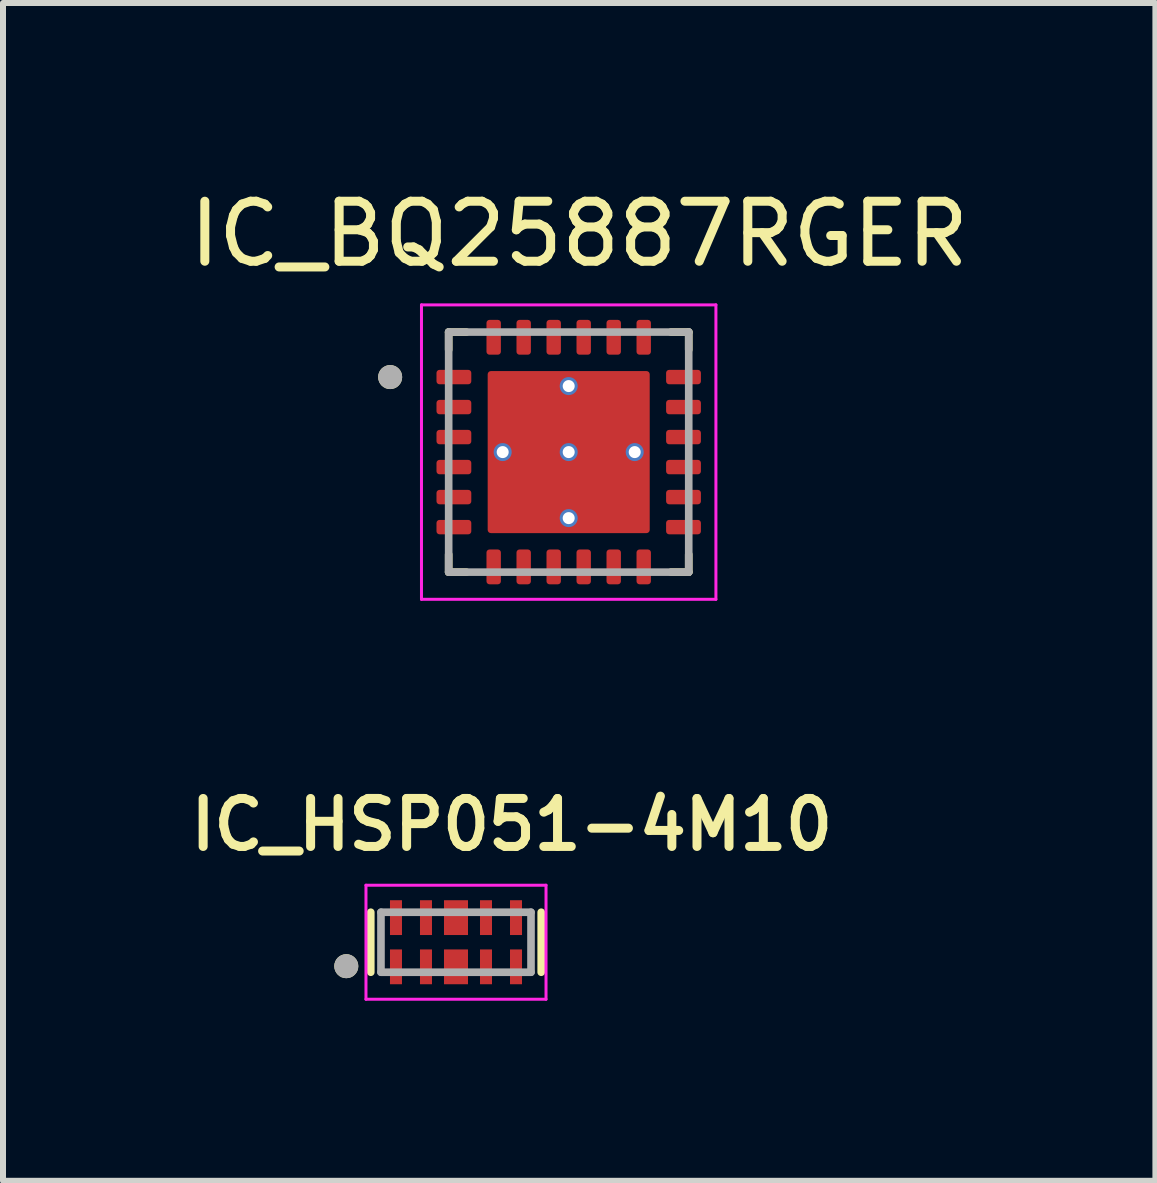
<source format=kicad_pcb>
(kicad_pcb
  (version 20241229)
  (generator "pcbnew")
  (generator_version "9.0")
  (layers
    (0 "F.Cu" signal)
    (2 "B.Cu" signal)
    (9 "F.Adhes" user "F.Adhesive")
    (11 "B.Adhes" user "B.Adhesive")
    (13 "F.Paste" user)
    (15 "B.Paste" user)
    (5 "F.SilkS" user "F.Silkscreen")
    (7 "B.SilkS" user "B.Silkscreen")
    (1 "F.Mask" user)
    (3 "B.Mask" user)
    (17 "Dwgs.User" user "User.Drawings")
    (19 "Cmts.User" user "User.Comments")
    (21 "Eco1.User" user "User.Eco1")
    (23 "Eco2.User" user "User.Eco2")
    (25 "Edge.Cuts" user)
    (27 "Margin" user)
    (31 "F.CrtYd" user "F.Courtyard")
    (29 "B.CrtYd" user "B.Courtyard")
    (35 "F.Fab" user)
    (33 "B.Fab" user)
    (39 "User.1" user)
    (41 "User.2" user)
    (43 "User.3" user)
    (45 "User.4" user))
  (footprint "IC_BQ25887RGER"
    (layer "F.Cu")
    (at 6.426 4.483)
    (property "Reference" "IC_BQ25887RGER" (at 0.175 -3.635 0) (layer "F.SilkS") (effects (font (size 1 1) (thickness 0.15))))
    (attr smd)
    (fp_line (start -2 -2) (end -2 -1.705) (stroke (width 0.127) (type solid)) (layer "F.SilkS"))
    (fp_line (start -2 -2) (end -1.705 -2) (stroke (width 0.127) (type solid)) (layer "F.SilkS"))
    (fp_line (start -2 2) (end -2 1.705) (stroke (width 0.127) (type solid)) (layer "F.SilkS"))
    (fp_line (start -2 2) (end -1.705 2) (stroke (width 0.127) (type solid)) (layer "F.SilkS"))
    (fp_line (start 2 -2) (end 1.705 -2) (stroke (width 0.127) (type solid)) (layer "F.SilkS"))
    (fp_line (start 2 -2) (end 2 -1.705) (stroke (width 0.127) (type solid)) (layer "F.SilkS"))
    (fp_line (start 2 2) (end 1.705 2) (stroke (width 0.127) (type solid)) (layer "F.SilkS"))
    (fp_line (start 2 2) (end 2 1.705) (stroke (width 0.127) (type solid)) (layer "F.SilkS"))
    (fp_circle (center -2.975 -1.25) (end -2.875 -1.25) (stroke (width 0.2) (type solid)) (fill no) (layer "F.SilkS"))
    (fp_poly (pts (xy -0.1 -1.238) (xy -0.1 -0.15) (xy -0.1 -0.147) (xy -0.1 -0.145) (xy -0.101 -0.142) (xy -0.101 -0.14) (xy -0.102 -0.137) (xy -0.102 -0.135) (xy -0.103 -0.132) (xy -0.104 -0.13) (xy -0.105 -0.127) (xy -0.107 -0.125) (xy -0.108 -0.123) (xy -0.11 -0.121) (xy -0.111 -0.119) (xy -0.113 -0.117) (xy -0.115 -0.115) (xy -0.117 -0.113) (xy -0.119 -0.111) (xy -0.121 -0.11) (xy -0.123 -0.108) (xy -0.125 -0.107) (xy -0.127 -0.105) (xy -0.13 -0.104) (xy -0.132 -0.103) (xy -0.135 -0.102) (xy -0.137 -0.102) (xy -0.14 -0.101) (xy -0.142 -0.101) (xy -0.145 -0.1) (xy -0.147 -0.1) (xy -0.15 -0.1) (xy -1.238 -0.1) (xy -1.241 -0.1) (xy -1.243 -0.1) (xy -1.246 -0.101) (xy -1.248 -0.101) (xy -1.251 -0.102) (xy -1.253 -0.102) (xy -1.256 -0.103) (xy -1.258 -0.104) (xy -1.261 -0.105) (xy -1.263 -0.107) (xy -1.265 -0.108) (xy -1.267 -0.11) (xy -1.269 -0.111) (xy -1.271 -0.113) (xy -1.273 -0.115) (xy -1.275 -0.117) (xy -1.277 -0.119) (xy -1.278 -0.121) (xy -1.28 -0.123) (xy -1.281 -0.125) (xy -1.283 -0.127) (xy -1.284 -0.13) (xy -1.285 -0.132) (xy -1.286 -0.135) (xy -1.286 -0.137) (xy -1.287 -0.14) (xy -1.287 -0.142) (xy -1.288 -0.145) (xy -1.288 -0.147) (xy -1.288 -0.15) (xy -1.288 -1.238) (xy -1.288 -1.241) (xy -1.288 -1.243) (xy -1.287 -1.246) (xy -1.287 -1.248) (xy -1.286 -1.251) (xy -1.286 -1.253) (xy -1.285 -1.256) (xy -1.284 -1.258) (xy -1.283 -1.261) (xy -1.281 -1.263) (xy -1.28 -1.265) (xy -1.278 -1.267) (xy -1.277 -1.269) (xy -1.275 -1.271) (xy -1.273 -1.273) (xy -1.271 -1.275) (xy -1.269 -1.277) (xy -1.267 -1.278) (xy -1.265 -1.28) (xy -1.263 -1.281) (xy -1.261 -1.283) (xy -1.258 -1.284) (xy -1.256 -1.285) (xy -1.253 -1.286) (xy -1.251 -1.286) (xy -1.248 -1.287) (xy -1.246 -1.287) (xy -1.243 -1.288) (xy -1.241 -1.288) (xy -1.238 -1.288) (xy -0.15 -1.288) (xy -0.147 -1.288) (xy -0.145 -1.288) (xy -0.142 -1.287) (xy -0.14 -1.287) (xy -0.137 -1.286) (xy -0.135 -1.286) (xy -0.132 -1.285) (xy -0.13 -1.284) (xy -0.127 -1.283) (xy -0.125 -1.281) (xy -0.123 -1.28) (xy -0.121 -1.278) (xy -0.119 -1.277) (xy -0.117 -1.275) (xy -0.115 -1.273) (xy -0.113 -1.271) (xy -0.111 -1.269) (xy -0.11 -1.267) (xy -0.108 -1.265) (xy -0.107 -1.263) (xy -0.105 -1.261) (xy -0.104 -1.258) (xy -0.103 -1.256) (xy -0.102 -1.253) (xy -0.102 -1.251) (xy -0.101 -1.248) (xy -0.101 -1.246) (xy -0.1 -1.243) (xy -0.1 -1.241) (xy -0.1 -1.238)) (stroke (width 0.01) (type solid)) (fill yes) (layer "F.Paste"))
    (fp_poly (pts (xy -0.1 0.15) (xy -0.1 1.238) (xy -0.1 1.241) (xy -0.1 1.243) (xy -0.101 1.246) (xy -0.101 1.248) (xy -0.102 1.251) (xy -0.102 1.253) (xy -0.103 1.256) (xy -0.104 1.258) (xy -0.105 1.261) (xy -0.107 1.263) (xy -0.108 1.265) (xy -0.11 1.267) (xy -0.111 1.269) (xy -0.113 1.271) (xy -0.115 1.273) (xy -0.117 1.275) (xy -0.119 1.277) (xy -0.121 1.278) (xy -0.123 1.28) (xy -0.125 1.281) (xy -0.127 1.283) (xy -0.13 1.284) (xy -0.132 1.285) (xy -0.135 1.286) (xy -0.137 1.286) (xy -0.14 1.287) (xy -0.142 1.287) (xy -0.145 1.288) (xy -0.147 1.288) (xy -0.15 1.288) (xy -1.238 1.288) (xy -1.241 1.288) (xy -1.243 1.288) (xy -1.246 1.287) (xy -1.248 1.287) (xy -1.251 1.286) (xy -1.253 1.286) (xy -1.256 1.285) (xy -1.258 1.284) (xy -1.261 1.283) (xy -1.263 1.281) (xy -1.265 1.28) (xy -1.267 1.278) (xy -1.269 1.277) (xy -1.271 1.275) (xy -1.273 1.273) (xy -1.275 1.271) (xy -1.277 1.269) (xy -1.278 1.267) (xy -1.28 1.265) (xy -1.281 1.263) (xy -1.283 1.261) (xy -1.284 1.258) (xy -1.285 1.256) (xy -1.286 1.253) (xy -1.286 1.251) (xy -1.287 1.248) (xy -1.287 1.246) (xy -1.288 1.243) (xy -1.288 1.241) (xy -1.288 1.238) (xy -1.288 0.15) (xy -1.288 0.147) (xy -1.288 0.145) (xy -1.287 0.142) (xy -1.287 0.14) (xy -1.286 0.137) (xy -1.286 0.135) (xy -1.285 0.132) (xy -1.284 0.13) (xy -1.283 0.127) (xy -1.281 0.125) (xy -1.28 0.123) (xy -1.278 0.121) (xy -1.277 0.119) (xy -1.275 0.117) (xy -1.273 0.115) (xy -1.271 0.113) (xy -1.269 0.111) (xy -1.267 0.11) (xy -1.265 0.108) (xy -1.263 0.107) (xy -1.261 0.105) (xy -1.258 0.104) (xy -1.256 0.103) (xy -1.253 0.102) (xy -1.251 0.102) (xy -1.248 0.101) (xy -1.246 0.101) (xy -1.243 0.1) (xy -1.241 0.1) (xy -1.238 0.1) (xy -0.15 0.1) (xy -0.147 0.1) (xy -0.145 0.1) (xy -0.142 0.101) (xy -0.14 0.101) (xy -0.137 0.102) (xy -0.135 0.102) (xy -0.132 0.103) (xy -0.13 0.104) (xy -0.127 0.105) (xy -0.125 0.107) (xy -0.123 0.108) (xy -0.121 0.11) (xy -0.119 0.111) (xy -0.117 0.113) (xy -0.115 0.115) (xy -0.113 0.117) (xy -0.111 0.119) (xy -0.11 0.121) (xy -0.108 0.123) (xy -0.107 0.125) (xy -0.105 0.127) (xy -0.104 0.13) (xy -0.103 0.132) (xy -0.102 0.135) (xy -0.102 0.137) (xy -0.101 0.14) (xy -0.101 0.142) (xy -0.1 0.145) (xy -0.1 0.147) (xy -0.1 0.15)) (stroke (width 0.01) (type solid)) (fill yes) (layer "F.Paste"))
    (fp_poly (pts (xy 1.288 -1.238) (xy 1.288 -0.15) (xy 1.288 -0.147) (xy 1.288 -0.145) (xy 1.287 -0.142) (xy 1.287 -0.14) (xy 1.286 -0.137) (xy 1.286 -0.135) (xy 1.285 -0.132) (xy 1.284 -0.13) (xy 1.283 -0.127) (xy 1.281 -0.125) (xy 1.28 -0.123) (xy 1.278 -0.121) (xy 1.277 -0.119) (xy 1.275 -0.117) (xy 1.273 -0.115) (xy 1.271 -0.113) (xy 1.269 -0.111) (xy 1.267 -0.11) (xy 1.265 -0.108) (xy 1.263 -0.107) (xy 1.261 -0.105) (xy 1.258 -0.104) (xy 1.256 -0.103) (xy 1.253 -0.102) (xy 1.251 -0.102) (xy 1.248 -0.101) (xy 1.246 -0.101) (xy 1.243 -0.1) (xy 1.241 -0.1) (xy 1.238 -0.1) (xy 0.15 -0.1) (xy 0.147 -0.1) (xy 0.145 -0.1) (xy 0.142 -0.101) (xy 0.14 -0.101) (xy 0.137 -0.102) (xy 0.135 -0.102) (xy 0.132 -0.103) (xy 0.13 -0.104) (xy 0.127 -0.105) (xy 0.125 -0.107) (xy 0.123 -0.108) (xy 0.121 -0.11) (xy 0.119 -0.111) (xy 0.117 -0.113) (xy 0.115 -0.115) (xy 0.113 -0.117) (xy 0.111 -0.119) (xy 0.11 -0.121) (xy 0.108 -0.123) (xy 0.107 -0.125) (xy 0.105 -0.127) (xy 0.104 -0.13) (xy 0.103 -0.132) (xy 0.102 -0.135) (xy 0.102 -0.137) (xy 0.101 -0.14) (xy 0.101 -0.142) (xy 0.1 -0.145) (xy 0.1 -0.147) (xy 0.1 -0.15) (xy 0.1 -1.238) (xy 0.1 -1.241) (xy 0.1 -1.243) (xy 0.101 -1.246) (xy 0.101 -1.248) (xy 0.102 -1.251) (xy 0.102 -1.253) (xy 0.103 -1.256) (xy 0.104 -1.258) (xy 0.105 -1.261) (xy 0.107 -1.263) (xy 0.108 -1.265) (xy 0.11 -1.267) (xy 0.111 -1.269) (xy 0.113 -1.271) (xy 0.115 -1.273) (xy 0.117 -1.275) (xy 0.119 -1.277) (xy 0.121 -1.278) (xy 0.123 -1.28) (xy 0.125 -1.281) (xy 0.127 -1.283) (xy 0.13 -1.284) (xy 0.132 -1.285) (xy 0.135 -1.286) (xy 0.137 -1.286) (xy 0.14 -1.287) (xy 0.142 -1.287) (xy 0.145 -1.288) (xy 0.147 -1.288) (xy 0.15 -1.288) (xy 1.238 -1.288) (xy 1.241 -1.288) (xy 1.243 -1.288) (xy 1.246 -1.287) (xy 1.248 -1.287) (xy 1.251 -1.286) (xy 1.253 -1.286) (xy 1.256 -1.285) (xy 1.258 -1.284) (xy 1.261 -1.283) (xy 1.263 -1.281) (xy 1.265 -1.28) (xy 1.267 -1.278) (xy 1.269 -1.277) (xy 1.271 -1.275) (xy 1.273 -1.273) (xy 1.275 -1.271) (xy 1.277 -1.269) (xy 1.278 -1.267) (xy 1.28 -1.265) (xy 1.281 -1.263) (xy 1.283 -1.261) (xy 1.284 -1.258) (xy 1.285 -1.256) (xy 1.286 -1.253) (xy 1.286 -1.251) (xy 1.287 -1.248) (xy 1.287 -1.246) (xy 1.288 -1.243) (xy 1.288 -1.241) (xy 1.288 -1.238)) (stroke (width 0.01) (type solid)) (fill yes) (layer "F.Paste"))
    (fp_poly (pts (xy 1.288 0.15) (xy 1.288 1.238) (xy 1.288 1.241) (xy 1.288 1.243) (xy 1.287 1.246) (xy 1.287 1.248) (xy 1.286 1.251) (xy 1.286 1.253) (xy 1.285 1.256) (xy 1.284 1.258) (xy 1.283 1.261) (xy 1.281 1.263) (xy 1.28 1.265) (xy 1.278 1.267) (xy 1.277 1.269) (xy 1.275 1.271) (xy 1.273 1.273) (xy 1.271 1.275) (xy 1.269 1.277) (xy 1.267 1.278) (xy 1.265 1.28) (xy 1.263 1.281) (xy 1.261 1.283) (xy 1.258 1.284) (xy 1.256 1.285) (xy 1.253 1.286) (xy 1.251 1.286) (xy 1.248 1.287) (xy 1.246 1.287) (xy 1.243 1.288) (xy 1.241 1.288) (xy 1.238 1.288) (xy 0.15 1.288) (xy 0.147 1.288) (xy 0.145 1.288) (xy 0.142 1.287) (xy 0.14 1.287) (xy 0.137 1.286) (xy 0.135 1.286) (xy 0.132 1.285) (xy 0.13 1.284) (xy 0.127 1.283) (xy 0.125 1.281) (xy 0.123 1.28) (xy 0.121 1.278) (xy 0.119 1.277) (xy 0.117 1.275) (xy 0.115 1.273) (xy 0.113 1.271) (xy 0.111 1.269) (xy 0.11 1.267) (xy 0.108 1.265) (xy 0.107 1.263) (xy 0.105 1.261) (xy 0.104 1.258) (xy 0.103 1.256) (xy 0.102 1.253) (xy 0.102 1.251) (xy 0.101 1.248) (xy 0.101 1.246) (xy 0.1 1.243) (xy 0.1 1.241) (xy 0.1 1.238) (xy 0.1 0.15) (xy 0.1 0.147) (xy 0.1 0.145) (xy 0.101 0.142) (xy 0.101 0.14) (xy 0.102 0.137) (xy 0.102 0.135) (xy 0.103 0.132) (xy 0.104 0.13) (xy 0.105 0.127) (xy 0.107 0.125) (xy 0.108 0.123) (xy 0.11 0.121) (xy 0.111 0.119) (xy 0.113 0.117) (xy 0.115 0.115) (xy 0.117 0.113) (xy 0.119 0.111) (xy 0.121 0.11) (xy 0.123 0.108) (xy 0.125 0.107) (xy 0.127 0.105) (xy 0.13 0.104) (xy 0.132 0.103) (xy 0.135 0.102) (xy 0.137 0.102) (xy 0.14 0.101) (xy 0.142 0.101) (xy 0.145 0.1) (xy 0.147 0.1) (xy 0.15 0.1) (xy 1.238 0.1) (xy 1.241 0.1) (xy 1.243 0.1) (xy 1.246 0.101) (xy 1.248 0.101) (xy 1.251 0.102) (xy 1.253 0.102) (xy 1.256 0.103) (xy 1.258 0.104) (xy 1.261 0.105) (xy 1.263 0.107) (xy 1.265 0.108) (xy 1.267 0.11) (xy 1.269 0.111) (xy 1.271 0.113) (xy 1.273 0.115) (xy 1.275 0.117) (xy 1.277 0.119) (xy 1.278 0.121) (xy 1.28 0.123) (xy 1.281 0.125) (xy 1.283 0.127) (xy 1.284 0.13) (xy 1.285 0.132) (xy 1.286 0.135) (xy 1.286 0.137) (xy 1.287 0.14) (xy 1.287 0.142) (xy 1.288 0.145) (xy 1.288 0.147) (xy 1.288 0.15)) (stroke (width 0.01) (type solid)) (fill yes) (layer "F.Paste"))
    (fp_line (start -2.453 -2.453) (end 2.453 -2.453) (stroke (width 0.05) (type solid)) (layer "F.CrtYd"))
    (fp_line (start -2.453 2.453) (end -2.453 -2.453) (stroke (width 0.05) (type solid)) (layer "F.CrtYd"))
    (fp_line (start -2.453 2.453) (end 2.453 2.453) (stroke (width 0.05) (type solid)) (layer "F.CrtYd"))
    (fp_line (start 2.453 2.453) (end 2.453 -2.453) (stroke (width 0.05) (type solid)) (layer "F.CrtYd"))
    (fp_line (start -2 2) (end -2 -2) (stroke (width 0.127) (type solid)) (layer "F.Fab"))
    (fp_line (start 2 -2) (end -2 -2) (stroke (width 0.127) (type solid)) (layer "F.Fab"))
    (fp_line (start 2 2) (end -2 2) (stroke (width 0.127) (type solid)) (layer "F.Fab"))
    (fp_line (start 2 2) (end 2 -2) (stroke (width 0.127) (type solid)) (layer "F.Fab"))
    (fp_circle (center -2.975 -1.25) (end -2.875 -1.25) (stroke (width 0.2) (type solid)) (fill no) (layer "F.Fab"))
    (pad "1" smd roundrect (at -1.913 -1.25) (size 0.58 0.24) (layers "F.Cu" "F.Mask" "F.Paste") (roundrect_rratio 0.21))
    (pad "2" smd roundrect (at -1.913 -0.75) (size 0.58 0.24) (layers "F.Cu" "F.Mask" "F.Paste") (roundrect_rratio 0.21))
    (pad "3" smd roundrect (at -1.913 -0.25) (size 0.58 0.24) (layers "F.Cu" "F.Mask" "F.Paste") (roundrect_rratio 0.21))
    (pad "4" smd roundrect (at -1.913 0.25) (size 0.58 0.24) (layers "F.Cu" "F.Mask" "F.Paste") (roundrect_rratio 0.21))
    (pad "5" smd roundrect (at -1.913 0.75) (size 0.58 0.24) (layers "F.Cu" "F.Mask" "F.Paste") (roundrect_rratio 0.21))
    (pad "6" smd roundrect (at -1.913 1.25) (size 0.58 0.24) (layers "F.Cu" "F.Mask" "F.Paste") (roundrect_rratio 0.21))
    (pad "7" smd roundrect (at -1.25 1.913) (size 0.24 0.58) (layers "F.Cu" "F.Mask" "F.Paste") (roundrect_rratio 0.21))
    (pad "8" smd roundrect (at -0.75 1.913) (size 0.24 0.58) (layers "F.Cu" "F.Mask" "F.Paste") (roundrect_rratio 0.21))
    (pad "9" smd roundrect (at -0.25 1.913) (size 0.24 0.58) (layers "F.Cu" "F.Mask" "F.Paste") (roundrect_rratio 0.21))
    (pad "10" smd roundrect (at 0.25 1.913) (size 0.24 0.58) (layers "F.Cu" "F.Mask" "F.Paste") (roundrect_rratio 0.21))
    (pad "11" smd roundrect (at 0.75 1.913) (size 0.24 0.58) (layers "F.Cu" "F.Mask" "F.Paste") (roundrect_rratio 0.21))
    (pad "12" smd roundrect (at 1.25 1.913) (size 0.24 0.58) (layers "F.Cu" "F.Mask" "F.Paste") (roundrect_rratio 0.21))
    (pad "13" smd roundrect (at 1.913 1.25) (size 0.58 0.24) (layers "F.Cu" "F.Mask" "F.Paste") (roundrect_rratio 0.21))
    (pad "14" smd roundrect (at 1.913 0.75) (size 0.58 0.24) (layers "F.Cu" "F.Mask" "F.Paste") (roundrect_rratio 0.21))
    (pad "15" smd roundrect (at 1.913 0.25) (size 0.58 0.24) (layers "F.Cu" "F.Mask" "F.Paste") (roundrect_rratio 0.21))
    (pad "16" smd roundrect (at 1.913 -0.25) (size 0.58 0.24) (layers "F.Cu" "F.Mask" "F.Paste") (roundrect_rratio 0.21))
    (pad "17" smd roundrect (at 1.913 -0.75) (size 0.58 0.24) (layers "F.Cu" "F.Mask" "F.Paste") (roundrect_rratio 0.21))
    (pad "18" smd roundrect (at 1.913 -1.25) (size 0.58 0.24) (layers "F.Cu" "F.Mask" "F.Paste") (roundrect_rratio 0.21))
    (pad "19" smd roundrect (at 1.25 -1.913) (size 0.24 0.58) (layers "F.Cu" "F.Mask" "F.Paste") (roundrect_rratio 0.21))
    (pad "20" smd roundrect (at 0.75 -1.913) (size 0.24 0.58) (layers "F.Cu" "F.Mask" "F.Paste") (roundrect_rratio 0.21))
    (pad "21" smd roundrect (at 0.25 -1.913) (size 0.24 0.58) (layers "F.Cu" "F.Mask" "F.Paste") (roundrect_rratio 0.21))
    (pad "22" smd roundrect (at -0.25 -1.913) (size 0.24 0.58) (layers "F.Cu" "F.Mask" "F.Paste") (roundrect_rratio 0.21))
    (pad "23" smd roundrect (at -0.75 -1.913) (size 0.24 0.58) (layers "F.Cu" "F.Mask" "F.Paste") (roundrect_rratio 0.21))
    (pad "24" smd roundrect (at -1.25 -1.913) (size 0.24 0.58) (layers "F.Cu" "F.Mask" "F.Paste") (roundrect_rratio 0.21))
    (pad "25" smd roundrect (at 0 0) (size 2.7 2.7) (layers "F.Cu" "F.Mask") (roundrect_rratio 0.02))
    (pad "26" thru_hole circle (at -1.1 0) (size 0.3 0.3) (drill 0.2) (layers "*.Cu"))
    (pad "27" thru_hole circle (at 0 -1.1) (size 0.3 0.3) (drill 0.2) (layers "*.Cu"))
    (pad "28" thru_hole circle (at 1.1 0) (size 0.3 0.3) (drill 0.2) (layers "*.Cu"))
    (pad "29" thru_hole circle (at 0 1.1) (size 0.3 0.3) (drill 0.2) (layers "*.Cu"))
    (pad "30" thru_hole circle (at 0 0) (size 0.3 0.3) (drill 0.2) (layers "*.Cu")))
  (footprint "IC_HSP051-4M10"
    (layer "F.Cu")
    (at 4.548 12.65)
    (property "Reference" "IC_HSP051-4M10" (at 0.93 -1.958 0) (layer "F.SilkS") (effects (font (size 0.8 0.8) (thickness 0.15))))
    (attr smd)
    (fp_poly (pts (xy -1.15 -0.75) (xy -0.85 -0.75) (xy -0.85 -0.07) (xy -1.15 -0.07)) (stroke (width 0.01) (type solid)) (fill yes) (layer "F.Mask"))
    (fp_poly (pts (xy -1.15 0.07) (xy -0.85 0.07) (xy -0.85 0.75) (xy -1.15 0.75)) (stroke (width 0.01) (type solid)) (fill yes) (layer "F.Mask"))
    (fp_poly (pts (xy -0.65 -0.75) (xy -0.35 -0.75) (xy -0.35 -0.07) (xy -0.65 -0.07)) (stroke (width 0.01) (type solid)) (fill yes) (layer "F.Mask"))
    (fp_poly (pts (xy -0.65 0.07) (xy -0.35 0.07) (xy -0.35 0.75) (xy -0.65 0.75)) (stroke (width 0.01) (type solid)) (fill yes) (layer "F.Mask"))
    (fp_poly (pts (xy -0.25 -0.75) (xy 0.25 -0.75) (xy 0.25 -0.07) (xy -0.25 -0.07)) (stroke (width 0.01) (type solid)) (fill yes) (layer "F.Mask"))
    (fp_poly (pts (xy -0.25 0.07) (xy 0.25 0.07) (xy 0.25 0.75) (xy -0.25 0.75)) (stroke (width 0.01) (type solid)) (fill yes) (layer "F.Mask"))
    (fp_poly (pts (xy 0.35 -0.75) (xy 0.65 -0.75) (xy 0.65 -0.07) (xy 0.35 -0.07)) (stroke (width 0.01) (type solid)) (fill yes) (layer "F.Mask"))
    (fp_poly (pts (xy 0.35 0.07) (xy 0.65 0.07) (xy 0.65 0.75) (xy 0.35 0.75)) (stroke (width 0.01) (type solid)) (fill yes) (layer "F.Mask"))
    (fp_poly (pts (xy 0.85 -0.75) (xy 1.15 -0.75) (xy 1.15 -0.07) (xy 0.85 -0.07)) (stroke (width 0.01) (type solid)) (fill yes) (layer "F.Mask"))
    (fp_poly (pts (xy 0.85 0.07) (xy 1.15 0.07) (xy 1.15 0.75) (xy 0.85 0.75)) (stroke (width 0.01) (type solid)) (fill yes) (layer "F.Mask"))
    (fp_line (start -1.42 -0.5) (end -1.42 0.5) (stroke (width 0.127) (type solid)) (layer "F.SilkS"))
    (fp_line (start 1.42 -0.5) (end 1.42 0.5) (stroke (width 0.127) (type solid)) (layer "F.SilkS"))
    (fp_circle (center -1.828 0.399) (end -1.728 0.399) (stroke (width 0.2) (type solid)) (fill no) (layer "F.SilkS"))
    (fp_poly (pts (xy -1.093 -0.69) (xy -0.907 -0.69) (xy -0.907 -0.13) (xy -1.093 -0.13)) (stroke (width 0.01) (type solid)) (fill yes) (layer "F.Paste"))
    (fp_poly (pts (xy -1.093 0.13) (xy -0.907 0.13) (xy -0.907 0.69) (xy -1.093 0.69)) (stroke (width 0.01) (type solid)) (fill yes) (layer "F.Paste"))
    (fp_poly (pts (xy -0.593 -0.69) (xy -0.407 -0.69) (xy -0.407 -0.13) (xy -0.593 -0.13)) (stroke (width 0.01) (type solid)) (fill yes) (layer "F.Paste"))
    (fp_poly (pts (xy -0.593 0.13) (xy -0.407 0.13) (xy -0.407 0.69) (xy -0.593 0.69)) (stroke (width 0.01) (type solid)) (fill yes) (layer "F.Paste"))
    (fp_poly (pts (xy -0.187 -0.69) (xy 0.187 -0.69) (xy 0.187 -0.13) (xy -0.187 -0.13)) (stroke (width 0.01) (type solid)) (fill yes) (layer "F.Paste"))
    (fp_poly (pts (xy -0.187 0.13) (xy 0.187 0.13) (xy 0.187 0.69) (xy -0.187 0.69)) (stroke (width 0.01) (type solid)) (fill yes) (layer "F.Paste"))
    (fp_poly (pts (xy 0.407 -0.69) (xy 0.593 -0.69) (xy 0.593 -0.13) (xy 0.407 -0.13)) (stroke (width 0.01) (type solid)) (fill yes) (layer "F.Paste"))
    (fp_poly (pts (xy 0.407 0.13) (xy 0.593 0.13) (xy 0.593 0.69) (xy 0.407 0.69)) (stroke (width 0.01) (type solid)) (fill yes) (layer "F.Paste"))
    (fp_poly (pts (xy 0.907 -0.69) (xy 1.093 -0.69) (xy 1.093 -0.13) (xy 0.907 -0.13)) (stroke (width 0.01) (type solid)) (fill yes) (layer "F.Paste"))
    (fp_poly (pts (xy 0.907 0.13) (xy 1.093 0.13) (xy 1.093 0.69) (xy 0.907 0.69)) (stroke (width 0.01) (type solid)) (fill yes) (layer "F.Paste"))
    (fp_line (start -1.5 -0.95) (end 1.5 -0.95) (stroke (width 0.05) (type solid)) (layer "F.CrtYd"))
    (fp_line (start -1.5 0.95) (end -1.5 -0.95) (stroke (width 0.05) (type solid)) (layer "F.CrtYd"))
    (fp_line (start 1.5 -0.95) (end 1.5 0.95) (stroke (width 0.05) (type solid)) (layer "F.CrtYd"))
    (fp_line (start 1.5 0.95) (end -1.5 0.95) (stroke (width 0.05) (type solid)) (layer "F.CrtYd"))
    (fp_line (start -1.25 -0.5) (end 1.25 -0.5) (stroke (width 0.127) (type solid)) (layer "F.Fab"))
    (fp_line (start -1.25 0.5) (end -1.25 -0.5) (stroke (width 0.127) (type solid)) (layer "F.Fab"))
    (fp_line (start 1.25 -0.5) (end 1.25 0.5) (stroke (width 0.127) (type solid)) (layer "F.Fab"))
    (fp_line (start 1.25 0.5) (end -1.25 0.5) (stroke (width 0.127) (type solid)) (layer "F.Fab"))
    (fp_circle (center -1.828 0.399) (end -1.728 0.399) (stroke (width 0.2) (type solid)) (fill no) (layer "F.Fab"))
    (pad "1" smd rect (at -1 0.41) (size 0.2 0.58) (layers "F.Cu"))
    (pad "2" smd rect (at -0.5 0.41) (size 0.2 0.58) (layers "F.Cu"))
    (pad "3" smd rect (at 0 0.41) (size 0.4 0.58) (layers "F.Cu"))
    (pad "4" smd rect (at 0.5 0.41) (size 0.2 0.58) (layers "F.Cu"))
    (pad "5" smd rect (at 1 0.41) (size 0.2 0.58) (layers "F.Cu"))
    (pad "6" smd rect (at 1 -0.41) (size 0.2 0.58) (layers "F.Cu"))
    (pad "7" smd rect (at 0.5 -0.41) (size 0.2 0.58) (layers "F.Cu"))
    (pad "8" smd rect (at 0 -0.41) (size 0.4 0.58) (layers "F.Cu"))
    (pad "9" smd rect (at -0.5 -0.41) (size 0.2 0.58) (layers "F.Cu"))
    (pad "10" smd rect (at -1 -0.41) (size 0.2 0.58) (layers "F.Cu")))
  (gr_rect
    (start -3 -3)
    (end 16.202 16.625)
    (stroke (width 0.1) (type default))
    (fill no)
    (layer "Edge.Cuts")))
</source>
